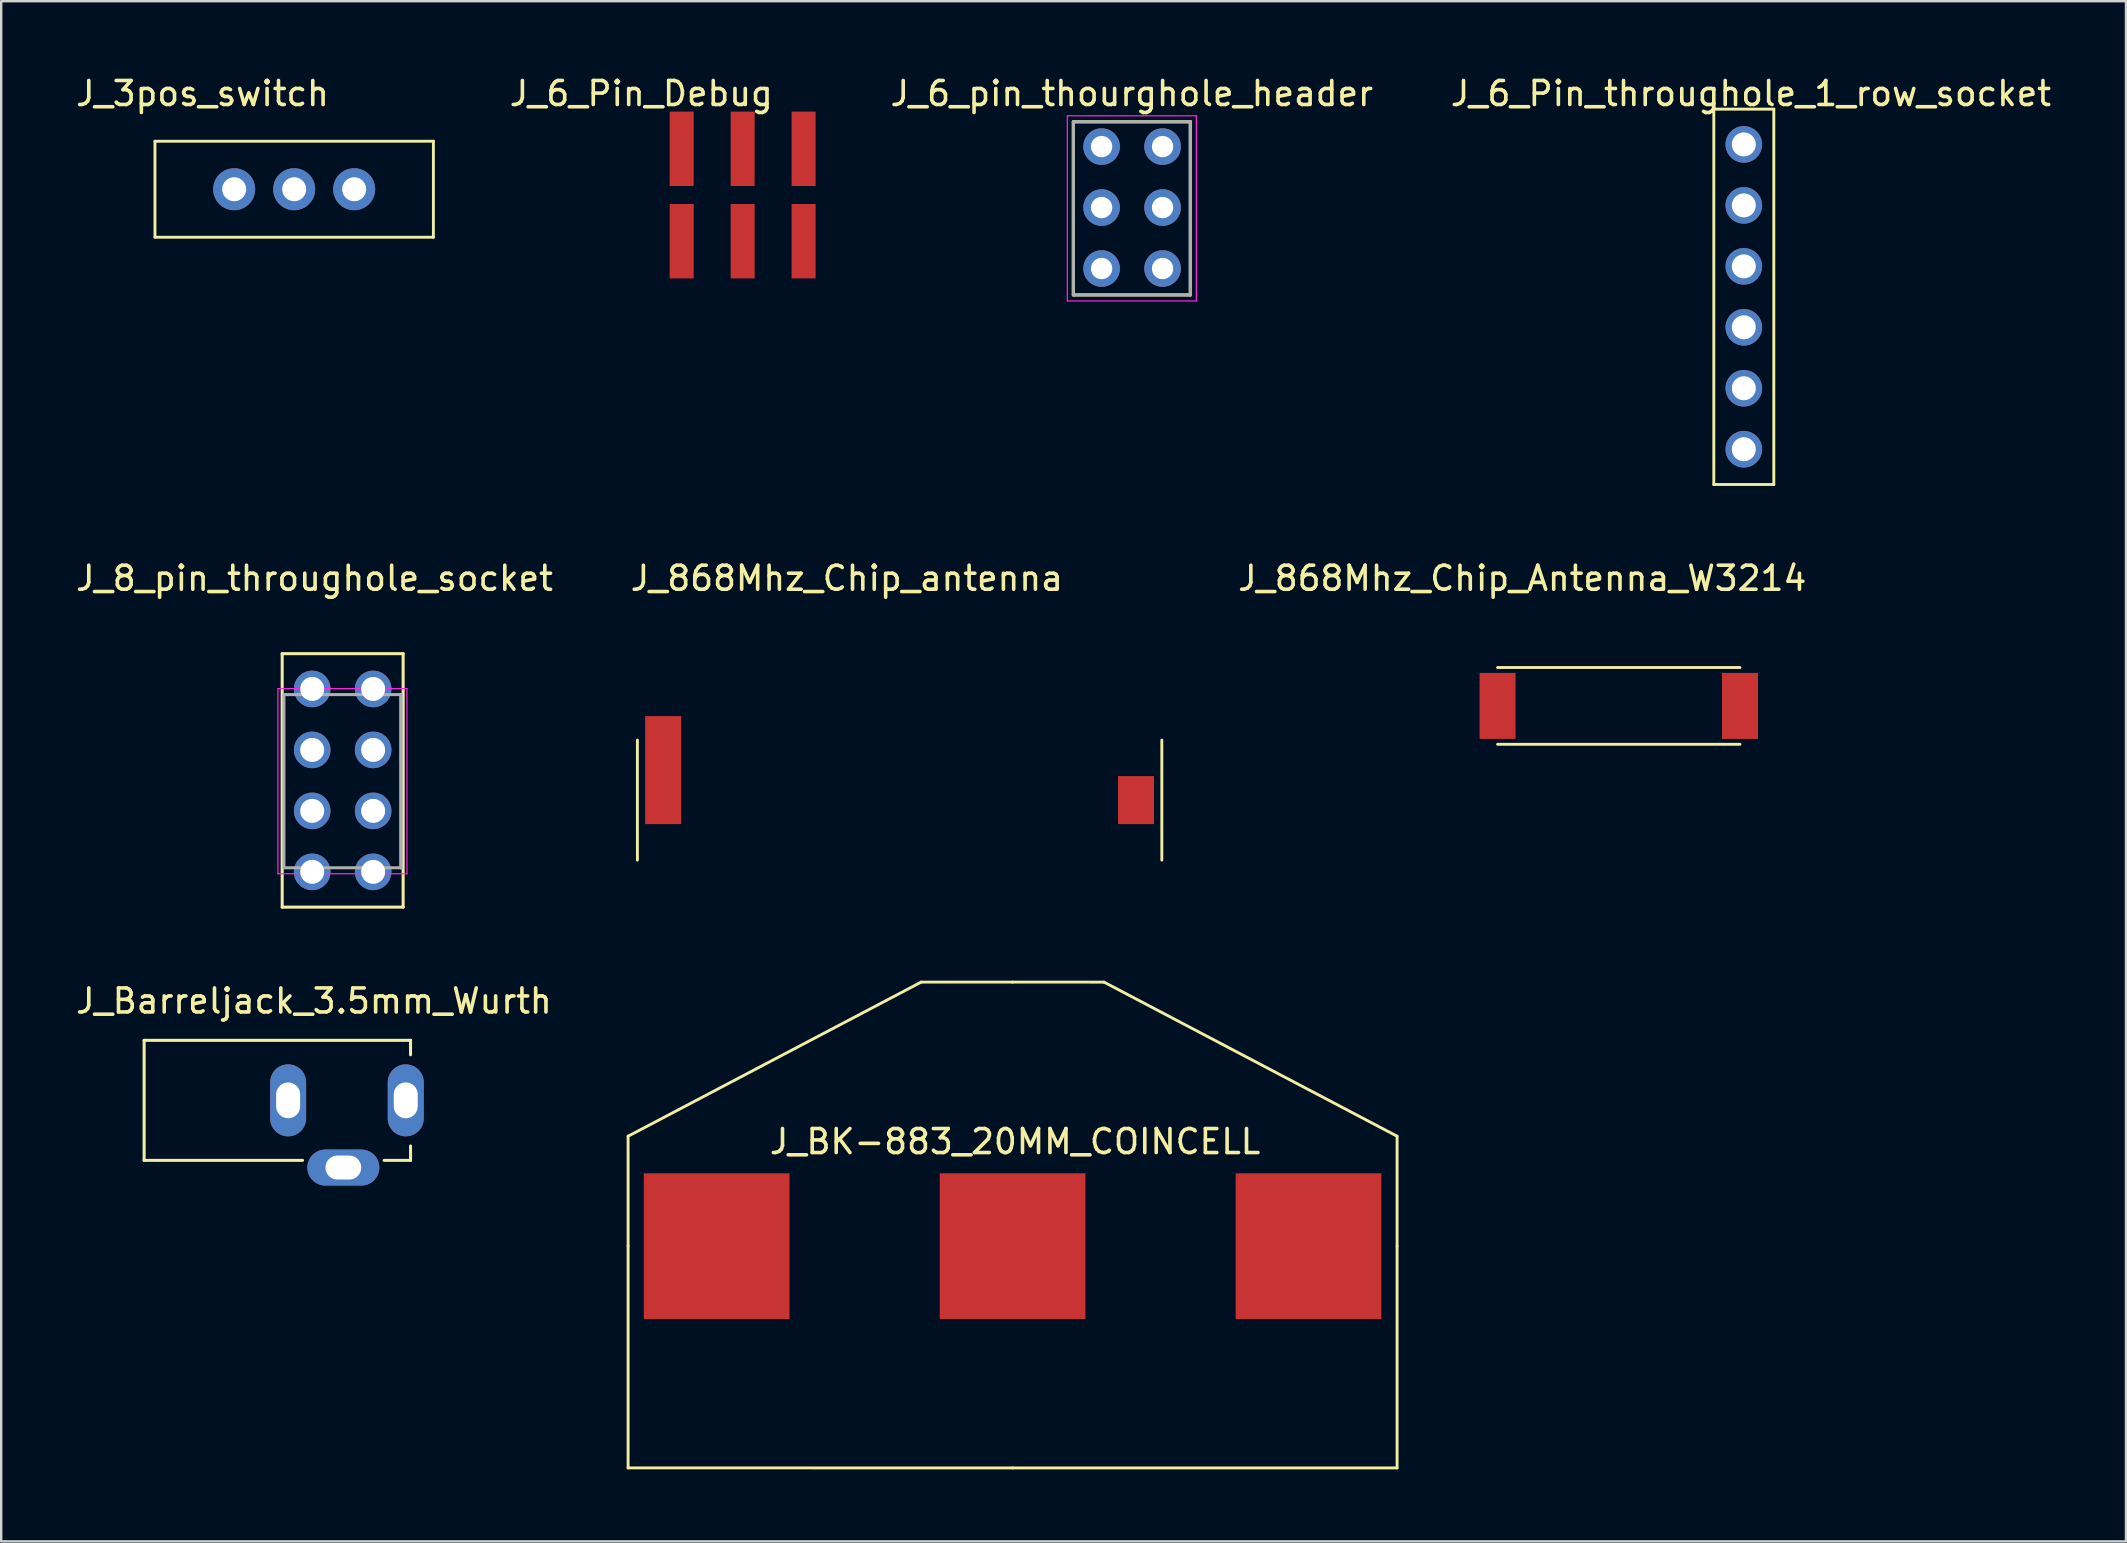
<source format=kicad_pcb>
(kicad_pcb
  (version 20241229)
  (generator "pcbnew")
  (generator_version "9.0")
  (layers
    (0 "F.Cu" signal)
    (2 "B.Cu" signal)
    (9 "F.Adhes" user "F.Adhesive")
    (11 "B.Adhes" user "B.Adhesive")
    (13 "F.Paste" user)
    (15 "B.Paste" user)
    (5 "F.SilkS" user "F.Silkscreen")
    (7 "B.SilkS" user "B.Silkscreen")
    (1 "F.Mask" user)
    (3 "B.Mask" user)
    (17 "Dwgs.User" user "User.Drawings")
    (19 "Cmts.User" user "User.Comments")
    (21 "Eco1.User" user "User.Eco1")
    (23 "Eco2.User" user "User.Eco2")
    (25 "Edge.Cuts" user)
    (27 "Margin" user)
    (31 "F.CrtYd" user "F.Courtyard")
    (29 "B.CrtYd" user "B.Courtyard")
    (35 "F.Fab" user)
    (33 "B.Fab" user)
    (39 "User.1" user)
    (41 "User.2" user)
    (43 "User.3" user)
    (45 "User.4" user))
  (footprint "J_Barreljack_3.5mm_Wurth"
    (layer "F.Cu")
    (at 2.955 42.796)
    (property "Reference" "J_Barreljack_3.5mm_Wurth" (at 7.075 -4.139 0) (layer "F.SilkS") (effects (font (size 1 1) (thickness 0.15))))
    (attr through_hole)
    (fp_line (start 0 -2.5) (end 11.1 -2.5) (stroke (width 0.127) (type solid)) (layer "F.SilkS"))
    (fp_line (start 0 2.5) (end 0 -2.5) (stroke (width 0.127) (type solid)) (layer "F.SilkS"))
    (fp_line (start 0 2.5) (end 6.6 2.5) (stroke (width 0.127) (type solid)) (layer "F.SilkS"))
    (fp_line (start 10 2.5) (end 11.1 2.5) (stroke (width 0.127) (type solid)) (layer "F.SilkS"))
    (fp_line (start 11.1 -1.9) (end 11.1 -2.5) (stroke (width 0.127) (type solid)) (layer "F.SilkS"))
    (fp_line (start 11.1 2.5) (end 11.1 1.9) (stroke (width 0.127) (type solid)) (layer "F.SilkS"))
    (fp_line (start 7.546 3.298) (end 7.548 3.3) (stroke (width 0.01) (type solid)) (layer "Edge.Cuts"))
    (pad "1" thru_hole oval (at 10.9 0) (size 1.5 3) (drill oval 1 1.493) (layers "*.Cu" "*.Mask"))
    (pad "2" thru_hole oval (at 6 0) (size 1.5 3) (drill oval 1 1.49) (layers "*.Cu" "*.Mask"))
    (pad "3" thru_hole oval (at 8.3 2.8 90) (size 1.5 3) (drill oval 1 1.49) (layers "*.Cu" "*.Mask")))
  (footprint "J_3pos_switch"
    (layer "F.Cu")
    (at 9.207 4.834)
    (property "Reference" "J_3pos_switch" (at -3.82 -3.986 0) (layer "F.SilkS") (effects (font (size 1 1) (thickness 0.15))))
    (attr through_hole)
    (fp_line (start -5.8 -2) (end -5.8 2) (stroke (width 0.12) (type solid)) (layer "F.SilkS"))
    (fp_line (start 5.8 -2) (end -5.8 -2) (stroke (width 0.12) (type solid)) (layer "F.SilkS"))
    (fp_line (start 5.8 2) (end -5.8 2) (stroke (width 0.12) (type solid)) (layer "F.SilkS"))
    (fp_line (start 5.8 2) (end 5.8 -2) (stroke (width 0.12) (type solid)) (layer "F.SilkS"))
    (pad "1" thru_hole circle (at -2.5 0) (size 1.75 1.75) (drill 1) (layers "*.Cu" "*.Mask"))
    (pad "2" thru_hole circle (at 0 0) (size 1.75 1.75) (drill 1) (layers "*.Cu" "*.Mask"))
    (pad "3" thru_hole circle (at 2.5 0) (size 1.75 1.75) (drill 1) (layers "*.Cu" "*.Mask")))
  (footprint "J_868Mhz_Chip_Antenna_W3214"
    (layer "F.Cu")
    (at 64.396 26.362)
    (property "Reference" "J_868Mhz_Chip_Antenna_W3214" (at -4.021 -5.317 0) (layer "F.SilkS") (effects (font (size 1 1) (thickness 0.15))))
    (attr through_hole)
    (fp_line (start -5.05 1.6) (end 5.05 1.6) (stroke (width 0.12) (type solid)) (layer "F.SilkS"))
    (fp_line (start 5.05 -1.6) (end -5.05 -1.6) (stroke (width 0.12) (type solid)) (layer "F.SilkS"))
    (pad "1" smd rect (at 5.05 0) (size 1.5 2.75) (layers "F.Cu" "F.Mask" "F.Paste"))
    (pad "2" smd rect (at -5.05 0 180) (size 1.5 2.75) (layers "F.Cu" "F.Mask" "F.Paste")))
  (footprint "J_6_pin_thourghole_header"
    (layer "F.Cu")
    (at 44.118 5.598)
    (property "Reference" "J_6_pin_thourghole_header" (at -0.013 -4.75 0) (layer "F.SilkS") (effects (font (size 1 1) (thickness 0.15))))
    (attr through_hole)
    (fp_line (start -2.448 -3.574) (end -2.448 3.64) (stroke (width 0.127) (type solid)) (layer "F.SilkS"))
    (fp_line (start -2.448 -3.574) (end 2.428 -3.574) (stroke (width 0.127) (type solid)) (layer "F.SilkS"))
    (fp_line (start 2.428 -3.574) (end 2.428 3.64) (stroke (width 0.127) (type solid)) (layer "F.SilkS"))
    (fp_line (start 2.428 3.64) (end -2.448 3.64) (stroke (width 0.127) (type solid)) (layer "F.SilkS"))
    (fp_line (start -2.698 -3.824) (end 2.678 -3.824) (stroke (width 0.05) (type solid)) (layer "F.CrtYd"))
    (fp_line (start -2.698 3.89) (end -2.698 -3.824) (stroke (width 0.05) (type solid)) (layer "F.CrtYd"))
    (fp_line (start 2.678 -3.824) (end 2.678 3.89) (stroke (width 0.05) (type solid)) (layer "F.CrtYd"))
    (fp_line (start 2.678 3.89) (end -2.698 3.89) (stroke (width 0.05) (type solid)) (layer "F.CrtYd"))
    (fp_line (start -2.448 -3.574) (end 2.428 -3.574) (stroke (width 0.127) (type solid)) (layer "F.Fab"))
    (fp_line (start -2.448 3.64) (end -2.448 -3.574) (stroke (width 0.127) (type solid)) (layer "F.Fab"))
    (fp_line (start 2.428 -3.574) (end 2.428 3.64) (stroke (width 0.127) (type solid)) (layer "F.Fab"))
    (fp_line (start 2.428 3.64) (end -2.448 3.64) (stroke (width 0.127) (type solid)) (layer "F.Fab"))
    (fp_line (start 2.428 3.64) (end 2.428 -3.574) (stroke (width 0.127) (type solid)) (layer "F.Fab"))
    (fp_line (start 2.428 3.64) (end 2.428 3.64) (stroke (width 0.127) (type solid)) (layer "F.Fab"))
    (pad "1" thru_hole circle (at -1.27 -2.54 180) (size 1.524 1.524) (drill 0.89) (layers "*.Cu" "*.Mask"))
    (pad "2" thru_hole circle (at 1.27 -2.54) (size 1.524 1.524) (drill 0.89) (layers "*.Cu" "*.Mask"))
    (pad "3" thru_hole circle (at -1.27 0 180) (size 1.524 1.524) (drill 0.89) (layers "*.Cu" "*.Mask"))
    (pad "4" thru_hole circle (at 1.27 0) (size 1.524 1.524) (drill 0.89) (layers "*.Cu" "*.Mask"))
    (pad "5" thru_hole circle (at -1.27 2.54 180) (size 1.524 1.524) (drill 0.89) (layers "*.Cu" "*.Mask"))
    (pad "6" thru_hole circle (at 1.27 2.54) (size 1.524 1.524) (drill 0.89) (layers "*.Cu" "*.Mask")))
  (footprint "J_868Mhz_Chip_antenna"
    (layer "F.Cu")
    (at 34.432 30.286)
    (property "Reference" "J_868Mhz_Chip_antenna" (at -2.2 -9.241 0) (layer "F.SilkS") (effects (font (size 1 1) (thickness 0.15))))
    (attr through_hole)
    (fp_line (start -10.925 2.5) (end -10.925 -2.5) (stroke (width 0.12) (type solid)) (layer "F.SilkS"))
    (fp_line (start 10.925 -2.5) (end 10.925 2.5) (stroke (width 0.12) (type solid)) (layer "F.SilkS"))
    (pad "1" smd rect (at 9.85 0) (size 1.5 2) (layers "F.Cu" "F.Mask" "F.Paste"))
    (pad "2" smd rect (at -9.85 -1.25) (size 1.5 4.5) (layers "F.Cu" "F.Mask" "F.Paste")))
  (footprint "J_BK-883_20MM_COINCELL"
    (layer "F.Cu")
    (at 39.139 48.87)
    (property "Reference" "J_BK-883_20MM_COINCELL" (at 0.104 -4.356 0) (layer "F.SilkS") (effects (font (size 1 1) (thickness 0.15))))
    (attr through_hole)
    (fp_line (start -16.02 -4.58) (end -3.81 -11.001) (stroke (width 0.12) (type solid)) (layer "F.SilkS"))
    (fp_line (start -16.02 0) (end -16.02 -4.58) (stroke (width 0.12) (type solid)) (layer "F.SilkS"))
    (fp_line (start -16.02 0) (end -16.02 9.24) (stroke (width 0.12) (type solid)) (layer "F.SilkS"))
    (fp_line (start -16.02 9.24) (end 0 9.241) (stroke (width 0.12) (type solid)) (layer "F.SilkS"))
    (fp_line (start -3.81 -11.001) (end 0 -11.001) (stroke (width 0.12) (type solid)) (layer "F.SilkS"))
    (fp_line (start 3.81 -11) (end 0 -11.001) (stroke (width 0.12) (type solid)) (layer "F.SilkS"))
    (fp_line (start 3.81 -11) (end 16.02 -4.58) (stroke (width 0.12) (type solid)) (layer "F.SilkS"))
    (fp_line (start 16.02 0) (end 16.02 -4.58) (stroke (width 0.12) (type solid)) (layer "F.SilkS"))
    (fp_line (start 16.02 0) (end 16.02 9.241) (stroke (width 0.12) (type solid)) (layer "F.SilkS"))
    (fp_line (start 16.02 9.241) (end 0 9.241) (stroke (width 0.12) (type solid)) (layer "F.SilkS"))
    (pad "1" smd rect (at -12.33 0) (size 6.07 6.07) (layers "F.Cu" "F.Mask" "F.Paste"))
    (pad "1" smd rect (at 12.33 0 180) (size 6.07 6.07) (layers "F.Cu" "F.Mask" "F.Paste"))
    (pad "2" smd rect (at 0 0) (size 6.07 6.07) (layers "F.Cu" "F.Mask" "F.Paste")))
  (footprint "J_8_pin_throughole_socket"
    (layer "F.Cu")
    (at 11.227 29.465)
    (property "Reference" "J_8_pin_throughole_socket" (at -1.173 -8.42 0) (layer "F.SilkS") (effects (font (size 1 1) (thickness 0.15))))
    (attr through_hole)
    (fp_line (start -2.52 -5.28) (end -2.52 5.28) (stroke (width 0.127) (type solid)) (layer "F.SilkS"))
    (fp_line (start -2.52 -5.28) (end 2.52 -5.28) (stroke (width 0.127) (type solid)) (layer "F.SilkS"))
    (fp_line (start 2.52 -5.28) (end 2.52 5.28) (stroke (width 0.127) (type solid)) (layer "F.SilkS"))
    (fp_line (start 2.52 5.28) (end -2.52 5.28) (stroke (width 0.127) (type solid)) (layer "F.SilkS"))
    (fp_line (start -2.698 -3.824) (end 2.678 -3.824) (stroke (width 0.05) (type solid)) (layer "F.CrtYd"))
    (fp_line (start -2.698 3.89) (end -2.698 -3.824) (stroke (width 0.05) (type solid)) (layer "F.CrtYd"))
    (fp_line (start 2.678 -3.824) (end 2.678 3.89) (stroke (width 0.05) (type solid)) (layer "F.CrtYd"))
    (fp_line (start 2.678 3.89) (end -2.698 3.89) (stroke (width 0.05) (type solid)) (layer "F.CrtYd"))
    (fp_line (start -2.448 -3.574) (end 2.428 -3.574) (stroke (width 0.127) (type solid)) (layer "F.Fab"))
    (fp_line (start -2.448 3.64) (end -2.448 -3.574) (stroke (width 0.127) (type solid)) (layer "F.Fab"))
    (fp_line (start 2.428 -3.574) (end 2.428 3.64) (stroke (width 0.127) (type solid)) (layer "F.Fab"))
    (fp_line (start 2.428 3.64) (end -2.448 3.64) (stroke (width 0.127) (type solid)) (layer "F.Fab"))
    (fp_line (start 2.428 3.64) (end 2.428 -3.574) (stroke (width 0.127) (type solid)) (layer "F.Fab"))
    (fp_line (start 2.428 3.64) (end 2.428 3.64) (stroke (width 0.127) (type solid)) (layer "F.Fab"))
    (pad "1" thru_hole circle (at 1.27 -3.81 180) (size 1.524 1.524) (drill 1) (layers "*.Cu" "*.Mask"))
    (pad "2" thru_hole circle (at -1.27 -3.81 180) (size 1.524 1.524) (drill 1) (layers "*.Cu" "*.Mask"))
    (pad "3" thru_hole circle (at 1.27 -1.27) (size 1.524 1.524) (drill 1) (layers "*.Cu" "*.Mask"))
    (pad "4" thru_hole circle (at -1.27 -1.27 180) (size 1.524 1.524) (drill 1) (layers "*.Cu" "*.Mask"))
    (pad "5" thru_hole circle (at 1.27 1.27) (size 1.524 1.524) (drill 1) (layers "*.Cu" "*.Mask"))
    (pad "6" thru_hole circle (at -1.27 1.27 180) (size 1.524 1.524) (drill 1) (layers "*.Cu" "*.Mask"))
    (pad "7" thru_hole circle (at 1.27 3.81) (size 1.524 1.524) (drill 1) (layers "*.Cu" "*.Mask"))
    (pad "8" thru_hole circle (at -1.27 3.81 180) (size 1.524 1.524) (drill 1) (layers "*.Cu" "*.Mask")))
  (footprint "J_6_Pin_Debug"
    (layer "F.Cu")
    (at 27.892 5.075)
    (property "Reference" "J_6_Pin_Debug" (at -4.224 -4.227 0) (layer "F.SilkS") (effects (font (size 1 1) (thickness 0.15))))
    (attr through_hole)
    (pad "1" smd rect (at -2.54 -1.925 180) (size 1 3.1) (layers "F.Cu" "F.Mask" "F.Paste"))
    (pad "2" smd rect (at -2.54 1.925) (size 1 3.1) (layers "F.Cu" "F.Mask" "F.Paste"))
    (pad "3" smd rect (at 0 1.925) (size 1 3.1) (layers "F.Cu" "F.Mask" "F.Paste"))
    (pad "4" smd rect (at 0 -1.925 180) (size 1 3.1) (layers "F.Cu" "F.Mask" "F.Paste"))
    (pad "5" smd rect (at 2.54 1.925) (size 1 3.1) (layers "F.Cu" "F.Mask" "F.Paste"))
    (pad "6" smd rect (at 2.54 -1.925 180) (size 1 3.1) (layers "F.Cu" "F.Mask" "F.Paste")))
  (footprint "J_6_Pin_throughole_1_row_socket"
    (layer "F.Cu")
    (at 69.605 9.317)
    (property "Reference" "J_6_Pin_throughole_1_row_socket" (at 0.297 -8.469 0) (layer "F.SilkS") (effects (font (size 1 1) (thickness 0.15))))
    (attr through_hole)
    (fp_line (start -1.25 7.82) (end -1.25 -7.82) (stroke (width 0.12) (type solid)) (layer "F.SilkS"))
    (fp_line (start -1.247 -7.82) (end 1.253 -7.82) (stroke (width 0.12) (type solid)) (layer "F.SilkS"))
    (fp_line (start 1.25 -7.82) (end 1.25 7.82) (stroke (width 0.12) (type solid)) (layer "F.SilkS"))
    (fp_line (start 1.25 7.82) (end -1.25 7.82) (stroke (width 0.12) (type solid)) (layer "F.SilkS"))
    (pad "1" thru_hole circle (at 0 -6.35 180) (size 1.524 1.524) (drill 1) (layers "*.Cu" "*.Mask"))
    (pad "2" thru_hole circle (at 0 -3.81 180) (size 1.524 1.524) (drill 1) (layers "*.Cu" "*.Mask"))
    (pad "3" thru_hole circle (at 0 -1.27 180) (size 1.524 1.524) (drill 1) (layers "*.Cu" "*.Mask"))
    (pad "4" thru_hole circle (at 0 1.27) (size 1.524 1.524) (drill 1) (layers "*.Cu" "*.Mask"))
    (pad "5" thru_hole circle (at 0 3.81) (size 1.524 1.524) (drill 1) (layers "*.Cu" "*.Mask"))
    (pad "6" thru_hole circle (at 0 6.35) (size 1.524 1.524) (drill 1) (layers "*.Cu" "*.Mask")))
  (gr_rect
    (start -3 -3)
    (end 85.528 61.172)
    (stroke (width 0.1) (type default))
    (fill no)
    (layer "Edge.Cuts")))
</source>
